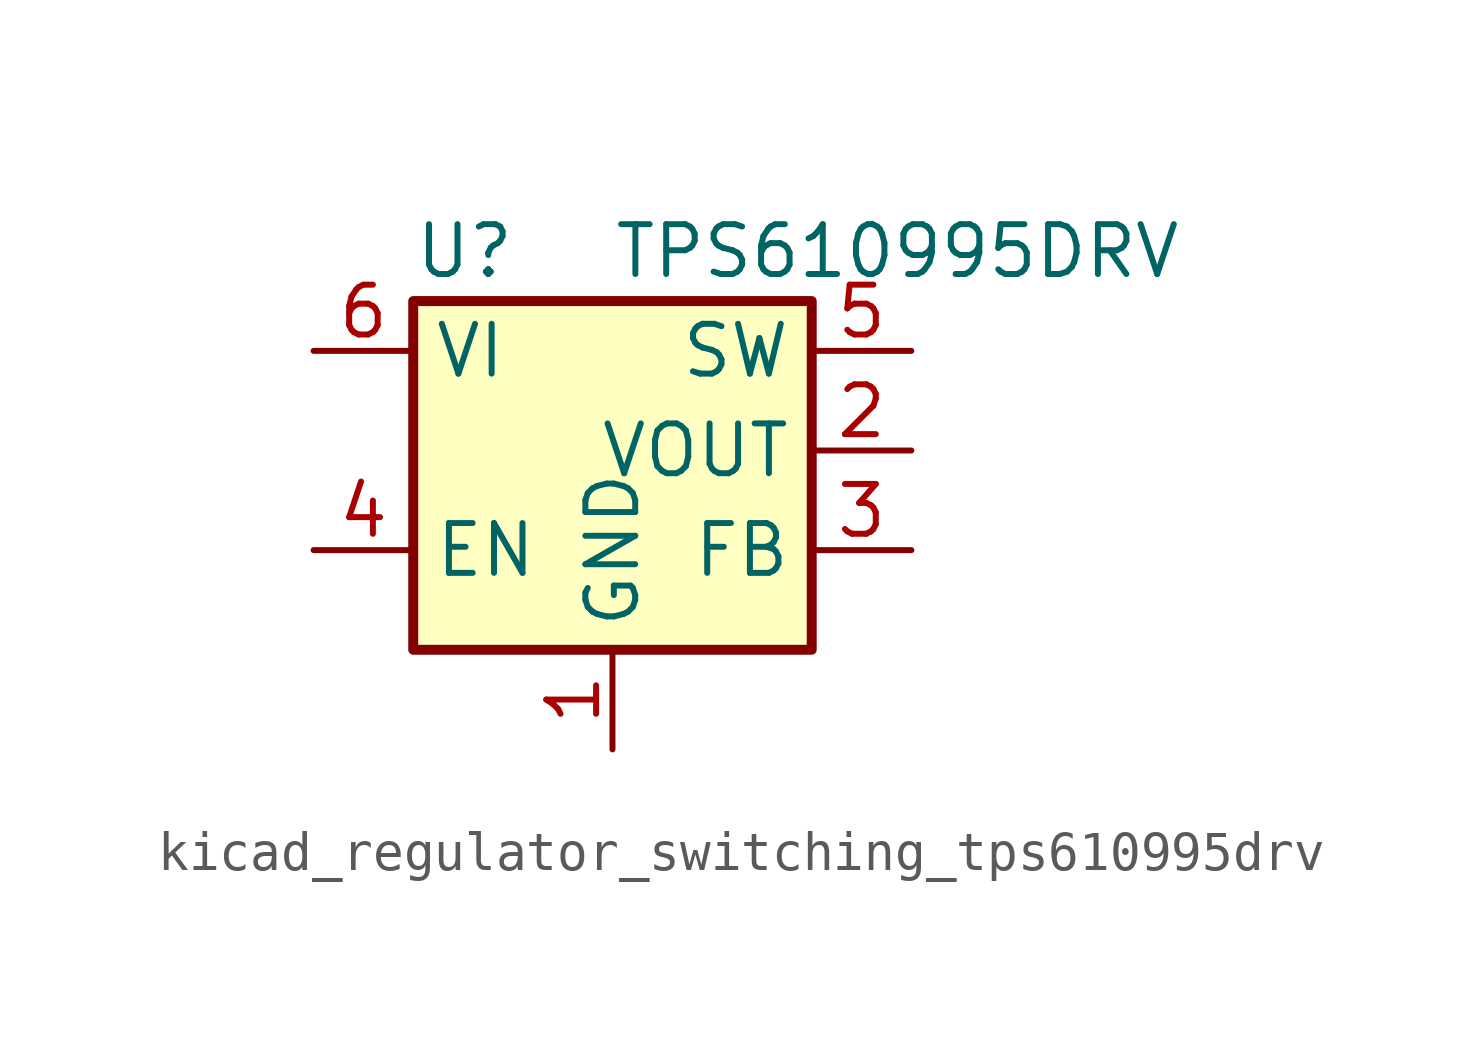
<source format=kicad_sym>
(kicad_symbol_lib
  (version 20220914)
  (generator kicad_symbol_editor)
  (symbol "kicad_regulator_switching_tps610995drv"
    (property "Reference" "U"
      (at -5.08 7.62 0)
      (effects (font (size 1.27 1.27)) (justify left)))
    (property "Value" "TPS610995DRV"
      (at 0 7.62 0)
      (effects (font (size 1.27 1.27)) (justify left)))
    (symbol "kicad_regulator_switching_tps610995drv_0_1"
      (rectangle (start -5.08 6.35) (end 5.08 -2.54) (stroke (width 0.254) (type default)) (fill (type background))))
    (symbol "kicad_regulator_switching_tps610995drv_1_1"
      (pin power_in line (at 0 -5.08 90) (length 2.54) (name "GND" (effects (font (size 1.27 1.27)))) (number "1" (effects (font (size 1.27 1.27)))))
      (pin power_out line (at 7.62 2.54 180) (length 2.54) (name "VOUT" (effects (font (size 1.27 1.27)))) (number "2" (effects (font (size 1.27 1.27)))))
      (pin passive line (at 7.62 0 180) (length 2.54) (name "FB" (effects (font (size 1.27 1.27)))) (number "3" (effects (font (size 1.27 1.27)))))
      (pin input line (at -7.62 0 0) (length 2.54) (name "EN" (effects (font (size 1.27 1.27)))) (number "4" (effects (font (size 1.27 1.27)))))
      (pin power_in line (at 7.62 5.08 180) (length 2.54) (name "SW" (effects (font (size 1.27 1.27)))) (number "5" (effects (font (size 1.27 1.27)))))
      (pin power_in line (at -7.62 5.08 0) (length 2.54) (name "VI" (effects (font (size 1.27 1.27)))) (number "6" (effects (font (size 1.27 1.27)))))
      (pin passive line (at 0 -5.08 90) (length 2.54) hide (name "GND" (effects (font (size 1.27 1.27)))) (number "7" (effects (font (size 1.27 1.27))))))))
</source>
